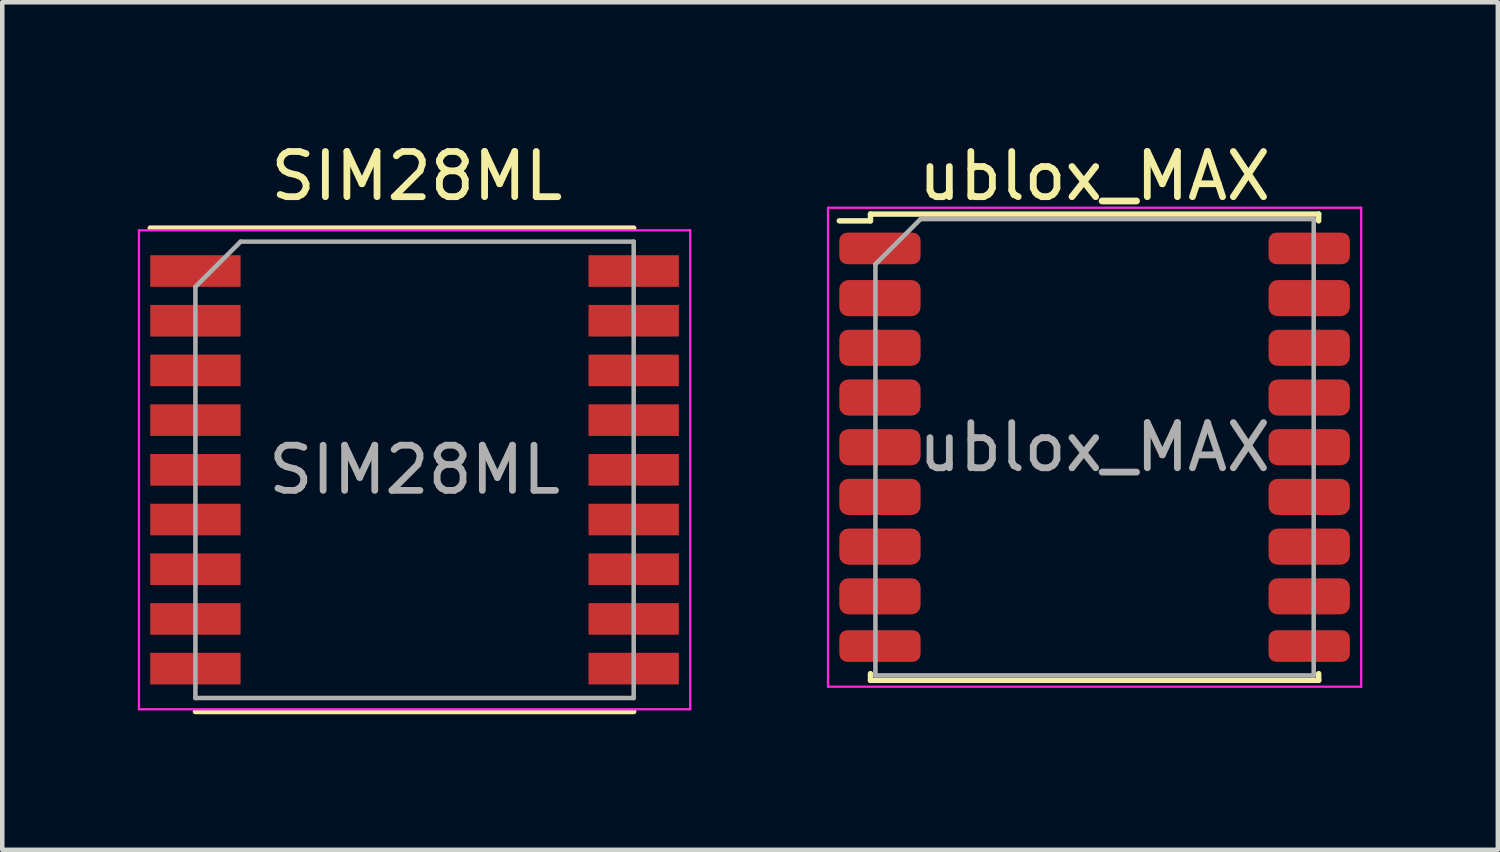
<source format=kicad_pcb>
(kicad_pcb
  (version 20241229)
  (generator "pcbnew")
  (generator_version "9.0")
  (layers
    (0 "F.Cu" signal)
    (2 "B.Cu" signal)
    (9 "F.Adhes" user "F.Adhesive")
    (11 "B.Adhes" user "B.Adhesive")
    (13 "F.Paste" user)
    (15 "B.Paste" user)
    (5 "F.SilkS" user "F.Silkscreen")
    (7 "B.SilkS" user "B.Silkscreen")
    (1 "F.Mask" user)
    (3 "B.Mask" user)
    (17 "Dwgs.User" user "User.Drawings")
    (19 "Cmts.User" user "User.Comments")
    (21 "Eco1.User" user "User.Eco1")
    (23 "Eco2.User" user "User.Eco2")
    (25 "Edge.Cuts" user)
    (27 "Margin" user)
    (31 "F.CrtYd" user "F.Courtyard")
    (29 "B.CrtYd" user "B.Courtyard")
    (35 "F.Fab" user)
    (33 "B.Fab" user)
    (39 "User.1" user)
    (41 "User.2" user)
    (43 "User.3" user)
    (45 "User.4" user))
  (footprint "ublox_MAX"
    (layer "F.Cu")
    (at 21.175 6.848)
    (property "Reference" "ublox_MAX" (at 0 -6 0) (layer "F.SilkS") (effects (font (size 1 1) (thickness 0.15))))
    (attr smd)
    (fp_line (start -5.65 -5.01) (end -4.96 -5.01) (stroke (width 0.12) (type solid)) (layer "F.SilkS"))
    (fp_line (start -4.96 -5.16) (end -4.96 -5.01) (stroke (width 0.12) (type solid)) (layer "F.SilkS"))
    (fp_line (start -4.96 -5.16) (end 4.96 -5.16) (stroke (width 0.12) (type solid)) (layer "F.SilkS"))
    (fp_line (start -4.96 5.01) (end -4.96 5.16) (stroke (width 0.12) (type solid)) (layer "F.SilkS"))
    (fp_line (start -4.96 5.16) (end 4.96 5.16) (stroke (width 0.12) (type solid)) (layer "F.SilkS"))
    (fp_line (start 4.96 -5.16) (end 4.96 -5.01) (stroke (width 0.12) (type solid)) (layer "F.SilkS"))
    (fp_line (start 4.96 5.01) (end 4.96 5.16) (stroke (width 0.12) (type solid)) (layer "F.SilkS"))
    (fp_line (start -5.9 -5.3) (end -5.9 5.3) (stroke (width 0.05) (type solid)) (layer "F.CrtYd"))
    (fp_line (start -5.9 -5.3) (end 5.9 -5.3) (stroke (width 0.05) (type solid)) (layer "F.CrtYd"))
    (fp_line (start -5.9 5.3) (end 5.9 5.3) (stroke (width 0.05) (type solid)) (layer "F.CrtYd"))
    (fp_line (start 5.9 -5.3) (end 5.9 5.3) (stroke (width 0.05) (type solid)) (layer "F.CrtYd"))
    (fp_line (start -4.85 -4.05) (end -4.85 5.05) (stroke (width 0.1) (type solid)) (layer "F.Fab"))
    (fp_line (start -4.85 5.05) (end 4.85 5.05) (stroke (width 0.1) (type solid)) (layer "F.Fab"))
    (fp_line (start -3.85 -5.05) (end -4.85 -4.05) (stroke (width 0.1) (type solid)) (layer "F.Fab"))
    (fp_line (start -3.85 -5.05) (end 4.85 -5.05) (stroke (width 0.1) (type solid)) (layer "F.Fab"))
    (fp_line (start 4.85 -5.05) (end 4.85 5.05) (stroke (width 0.1) (type solid)) (layer "F.Fab"))
    (fp_text user "${REFERENCE}" (at 0 0 0) (layer "F.Fab") (effects (font (size 1 1) (thickness 0.15))))
    (pad "1" smd roundrect (at -4.75 -4.4) (size 1.8 0.7) (layers "F.Cu" "F.Mask" "F.Paste") (roundrect_rratio 0.25))
    (pad "2" smd roundrect (at -4.75 -3.3) (size 1.8 0.8) (layers "F.Cu" "F.Mask" "F.Paste") (roundrect_rratio 0.25))
    (pad "3" smd roundrect (at -4.75 -2.2) (size 1.8 0.8) (layers "F.Cu" "F.Mask" "F.Paste") (roundrect_rratio 0.25))
    (pad "4" smd roundrect (at -4.75 -1.1) (size 1.8 0.8) (layers "F.Cu" "F.Mask" "F.Paste") (roundrect_rratio 0.25))
    (pad "5" smd roundrect (at -4.75 0) (size 1.8 0.8) (layers "F.Cu" "F.Mask" "F.Paste") (roundrect_rratio 0.25))
    (pad "6" smd roundrect (at -4.75 1.1) (size 1.8 0.8) (layers "F.Cu" "F.Mask" "F.Paste") (roundrect_rratio 0.25))
    (pad "7" smd roundrect (at -4.75 2.2) (size 1.8 0.8) (layers "F.Cu" "F.Mask" "F.Paste") (roundrect_rratio 0.25))
    (pad "8" smd roundrect (at -4.75 3.3) (size 1.8 0.8) (layers "F.Cu" "F.Mask" "F.Paste") (roundrect_rratio 0.25))
    (pad "9" smd roundrect (at -4.75 4.4) (size 1.8 0.7) (layers "F.Cu" "F.Mask" "F.Paste") (roundrect_rratio 0.25))
    (pad "10" smd roundrect (at 4.75 4.4) (size 1.8 0.7) (layers "F.Cu" "F.Mask" "F.Paste") (roundrect_rratio 0.25))
    (pad "11" smd roundrect (at 4.75 3.3) (size 1.8 0.8) (layers "F.Cu" "F.Mask" "F.Paste") (roundrect_rratio 0.25))
    (pad "12" smd roundrect (at 4.75 2.2) (size 1.8 0.8) (layers "F.Cu" "F.Mask" "F.Paste") (roundrect_rratio 0.25))
    (pad "13" smd roundrect (at 4.75 1.1) (size 1.8 0.8) (layers "F.Cu" "F.Mask" "F.Paste") (roundrect_rratio 0.25))
    (pad "14" smd roundrect (at 4.75 0) (size 1.8 0.8) (layers "F.Cu" "F.Mask" "F.Paste") (roundrect_rratio 0.25))
    (pad "15" smd roundrect (at 4.75 -1.1) (size 1.8 0.8) (layers "F.Cu" "F.Mask" "F.Paste") (roundrect_rratio 0.25))
    (pad "16" smd roundrect (at 4.75 -2.2) (size 1.8 0.8) (layers "F.Cu" "F.Mask" "F.Paste") (roundrect_rratio 0.25))
    (pad "17" smd roundrect (at 4.75 -3.3) (size 1.8 0.8) (layers "F.Cu" "F.Mask" "F.Paste") (roundrect_rratio 0.25))
    (pad "18" smd roundrect (at 4.75 -4.4) (size 1.8 0.7) (layers "F.Cu" "F.Mask" "F.Paste") (roundrect_rratio 0.25)))
  (footprint "SIM28ML"
    (layer "F.Cu")
    (at 6.125 7.348)
    (property "Reference" "SIM28ML" (at 0.05 -6.5 0) (layer "F.SilkS") (effects (font (size 1 1) (thickness 0.15))))
    (attr smd)
    (fp_line (start -5.85 -5.35) (end 4.85 -5.35) (stroke (width 0.12) (type solid)) (layer "F.SilkS"))
    (fp_line (start -4.85 5.35) (end 4.85 5.35) (stroke (width 0.12) (type solid)) (layer "F.SilkS"))
    (fp_line (start -6.1 -5.3) (end 6.1 -5.3) (stroke (width 0.05) (type solid)) (layer "F.CrtYd"))
    (fp_line (start -6.1 5.3) (end -6.1 -5.3) (stroke (width 0.05) (type solid)) (layer "F.CrtYd"))
    (fp_line (start 6.1 -5.3) (end 6.1 5.3) (stroke (width 0.05) (type solid)) (layer "F.CrtYd"))
    (fp_line (start 6.1 5.3) (end -6.1 5.3) (stroke (width 0.05) (type solid)) (layer "F.CrtYd"))
    (fp_line (start -4.85 5.05) (end -4.85 -4.05) (stroke (width 0.1) (type solid)) (layer "F.Fab"))
    (fp_line (start -3.85 -5.05) (end -4.85 -4.05) (stroke (width 0.1) (type solid)) (layer "F.Fab"))
    (fp_line (start -3.85 -5.05) (end 4.85 -5.05) (stroke (width 0.1) (type solid)) (layer "F.Fab"))
    (fp_line (start 4.85 -5.05) (end 4.85 5.05) (stroke (width 0.1) (type solid)) (layer "F.Fab"))
    (fp_line (start 4.85 5.05) (end -4.85 5.05) (stroke (width 0.1) (type solid)) (layer "F.Fab"))
    (fp_text user "${REFERENCE}" (at 0 0 0) (layer "F.Fab") (effects (font (size 1 1) (thickness 0.15))))
    (pad "1" smd rect (at -4.85 -4.4) (size 2 0.7) (layers "F.Cu" "F.Mask" "F.Paste"))
    (pad "2" smd rect (at -4.85 -3.3) (size 2 0.7) (layers "F.Cu" "F.Mask" "F.Paste"))
    (pad "3" smd rect (at -4.85 -2.2) (size 2 0.7) (layers "F.Cu" "F.Mask" "F.Paste"))
    (pad "4" smd rect (at -4.85 -1.1) (size 2 0.7) (layers "F.Cu" "F.Mask" "F.Paste"))
    (pad "5" smd rect (at -4.85 0) (size 2 0.7) (layers "F.Cu" "F.Mask" "F.Paste"))
    (pad "6" smd rect (at -4.85 1.1) (size 2 0.7) (layers "F.Cu" "F.Mask" "F.Paste"))
    (pad "7" smd rect (at -4.85 2.2) (size 2 0.7) (layers "F.Cu" "F.Mask" "F.Paste"))
    (pad "8" smd rect (at -4.85 3.3) (size 2 0.7) (layers "F.Cu" "F.Mask" "F.Paste"))
    (pad "9" smd rect (at -4.85 4.4) (size 2 0.7) (layers "F.Cu" "F.Mask" "F.Paste"))
    (pad "10" smd rect (at 4.85 4.4) (size 2 0.7) (layers "F.Cu" "F.Mask" "F.Paste"))
    (pad "11" smd rect (at 4.85 3.3) (size 2 0.7) (layers "F.Cu" "F.Mask" "F.Paste"))
    (pad "12" smd rect (at 4.85 2.2) (size 2 0.7) (layers "F.Cu" "F.Mask" "F.Paste"))
    (pad "13" smd rect (at 4.85 1.1) (size 2 0.7) (layers "F.Cu" "F.Mask" "F.Paste"))
    (pad "14" smd rect (at 4.85 0) (size 2 0.7) (layers "F.Cu" "F.Mask" "F.Paste"))
    (pad "15" smd rect (at 4.85 -1.1) (size 2 0.7) (layers "F.Cu" "F.Mask" "F.Paste"))
    (pad "16" smd rect (at 4.85 -2.2) (size 2 0.7) (layers "F.Cu" "F.Mask" "F.Paste"))
    (pad "17" smd rect (at 4.85 -3.3) (size 2 0.7) (layers "F.Cu" "F.Mask" "F.Paste"))
    (pad "18" smd rect (at 4.85 -4.4) (size 2 0.7) (layers "F.Cu" "F.Mask" "F.Paste")))
  (gr_rect
    (start -3 -3)
    (end 30.1 15.758)
    (stroke (width 0.1) (type default))
    (fill no)
    (layer "Edge.Cuts")))
</source>
